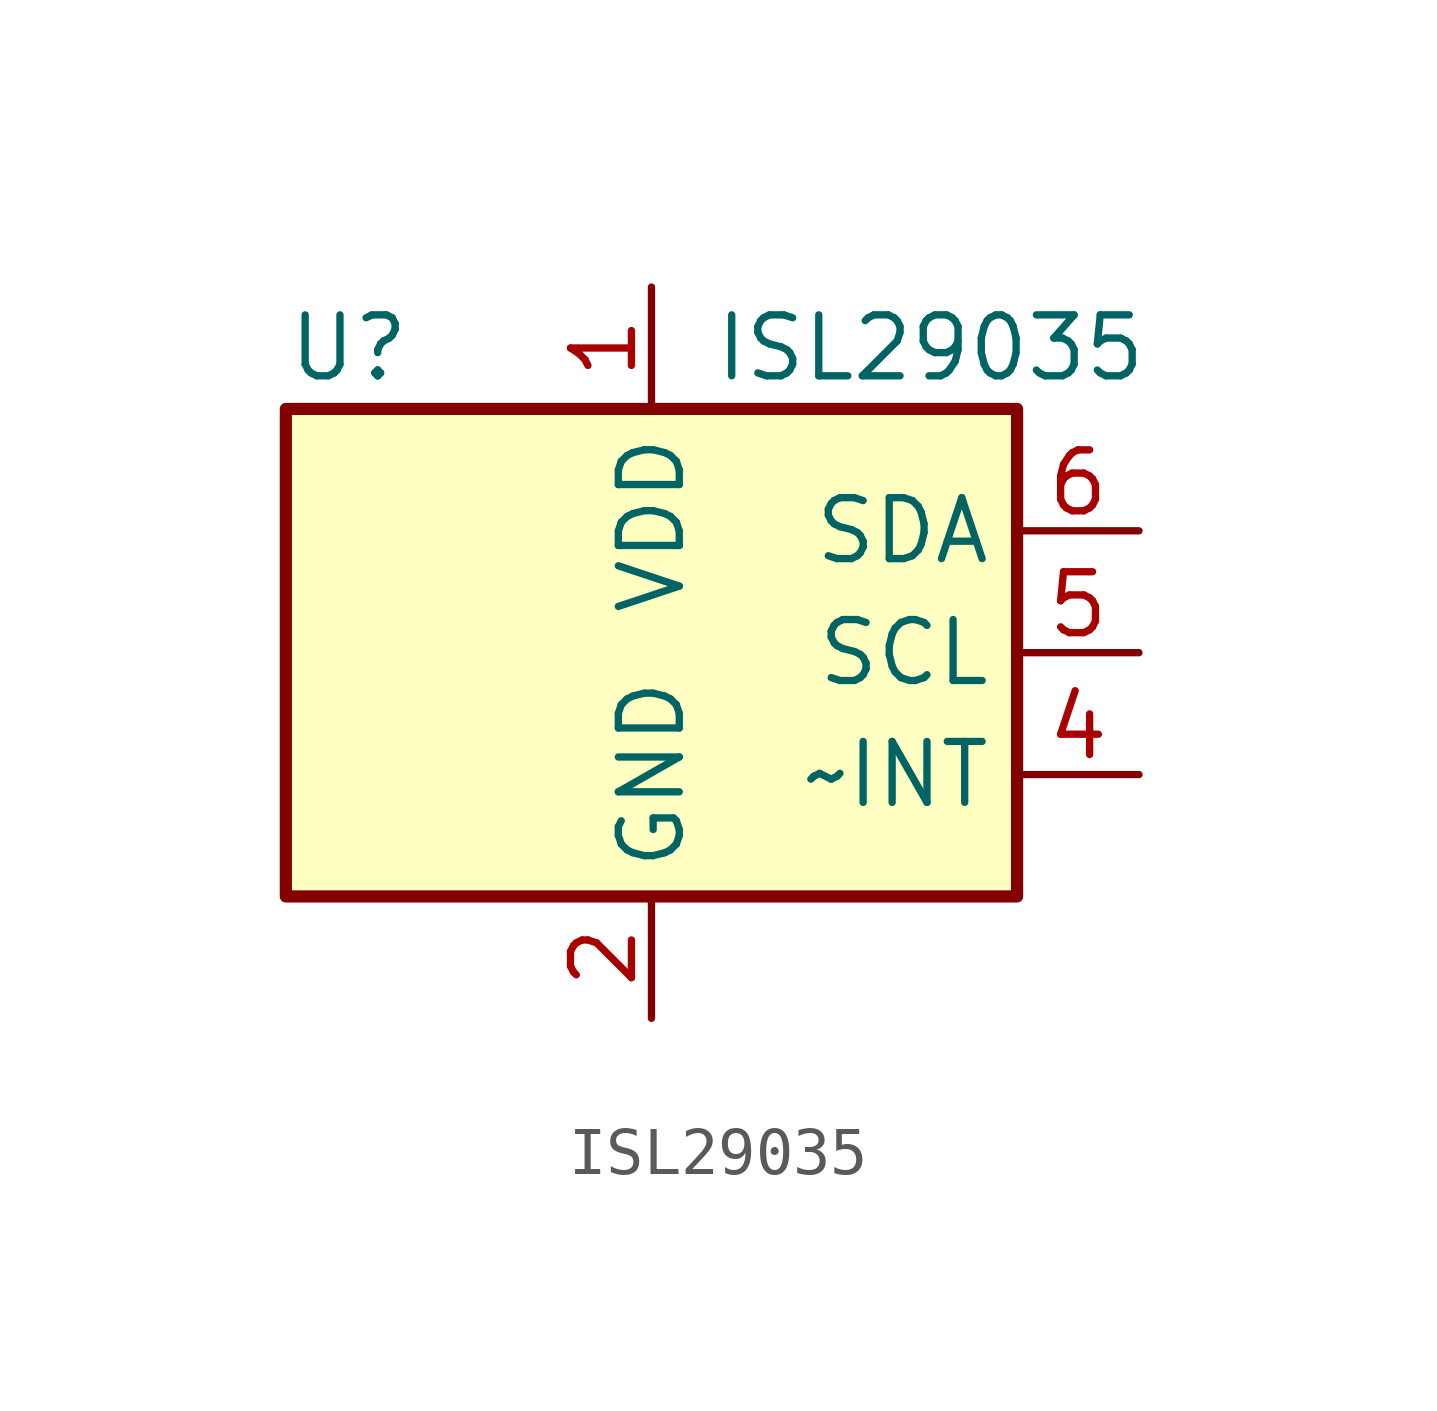
<source format=kicad_sym>
(kicad_symbol_lib
  (version 20220914)
  (generator kicad_symbol_editor)
  (symbol "ISL29035"
    (property "Reference" "U"
      (at -7.62 6.35 0)
      (effects (font (size 1.27 1.27)) (justify left)))
    (property "Value" "ISL29035"
      (at 1.27 6.35 0)
      (effects (font (size 1.27 1.27)) (justify left)))
    (symbol "ISL29035_0_1"
      (rectangle (start -7.62 5.08) (end 7.62 -5.08) (stroke (width 0.254) (type default)) (fill (type background))))
    (symbol "ISL29035_1_1"
      (pin power_in line (at 0 7.62 270) (length 2.54) (name "VDD" (effects (font (size 1.27 1.27)))) (number "1" (effects (font (size 1.27 1.27)))))
      (pin power_in line (at 0 -7.62 90) (length 2.54) (name "GND" (effects (font (size 1.27 1.27)))) (number "2" (effects (font (size 1.27 1.27)))))
      (pin no_connect line (at -7.62 0 0) (length 2.54) hide (name "NC" (effects (font (size 1.27 1.27)))) (number "3" (effects (font (size 1.27 1.27)))))
      (pin open_collector line (at 10.16 -2.54 180) (length 2.54) (name "~INT" (effects (font (size 1.27 1.27)))) (number "4" (effects (font (size 1.27 1.27)))))
      (pin input line (at 10.16 0 180) (length 2.54) (name "SCL" (effects (font (size 1.27 1.27)))) (number "5" (effects (font (size 1.27 1.27)))))
      (pin bidirectional line (at 10.16 2.54 180) (length 2.54) (name "SDA" (effects (font (size 1.27 1.27)))) (number "6" (effects (font (size 1.27 1.27))))))))
</source>
